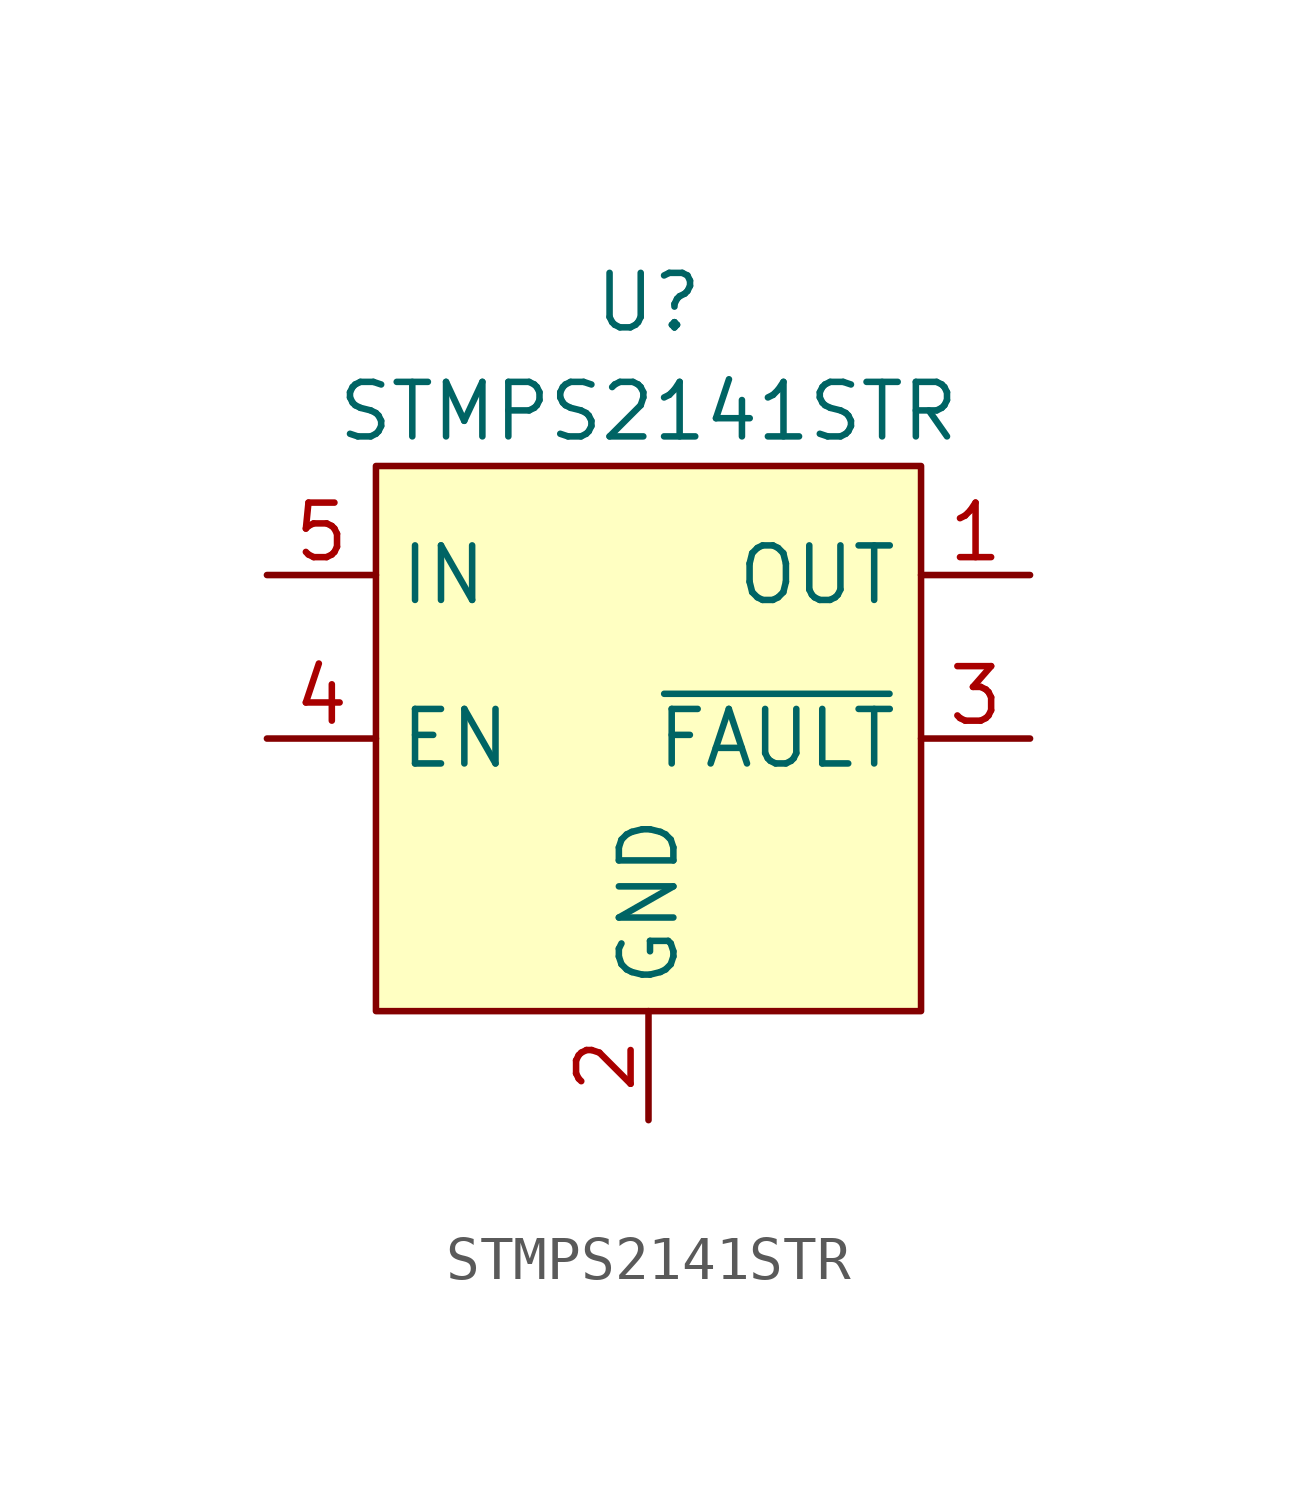
<source format=kicad_sym>
(kicad_symbol_lib
  (version 20220914)
  (generator kicad_symbol_editor)
  (symbol "STMPS2141STR"
    (property "Reference" "U"
      (at 0 10.16 0)
      (effects (font (size 1.27 1.27))))
    (property "Value" "STMPS2141STR"
      (at 0 7.62 0)
      (effects (font (size 1.27 1.27))))
    (symbol "STMPS2141STR_1_1"
      (rectangle (start -6.35 6.35) (end 6.35 -6.35) (stroke (width 0) (type default)) (fill (type background)))
      (pin power_out line (at 8.89 3.81 180) (length 2.54) (name "OUT" (effects (font (size 1.27 1.27)))) (number "1" (effects (font (size 1.27 1.27)))))
      (pin power_in line (at 0 -8.89 90) (length 2.54) (name "GND" (effects (font (size 1.27 1.27)))) (number "2" (effects (font (size 1.27 1.27)))))
      (pin open_collector line (at 8.89 0 180) (length 2.54) (name "~{FAULT}" (effects (font (size 1.27 1.27)))) (number "3" (effects (font (size 1.27 1.27)))))
      (pin input line (at -8.89 0 0) (length 2.54) (name "EN" (effects (font (size 1.27 1.27)))) (number "4" (effects (font (size 1.27 1.27)))))
      (pin power_in line (at -8.89 3.81 0) (length 2.54) (name "IN" (effects (font (size 1.27 1.27)))) (number "5" (effects (font (size 1.27 1.27))))))))
</source>
